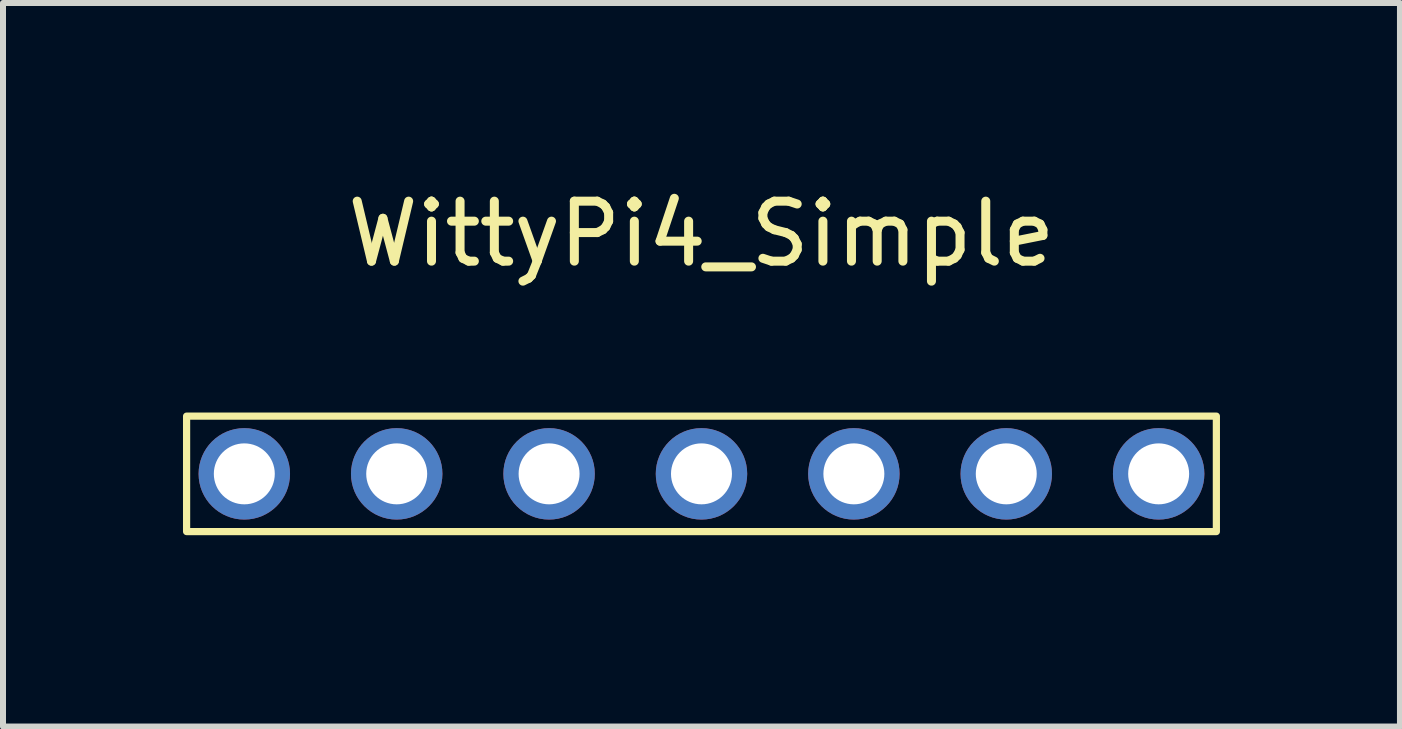
<source format=kicad_pcb>
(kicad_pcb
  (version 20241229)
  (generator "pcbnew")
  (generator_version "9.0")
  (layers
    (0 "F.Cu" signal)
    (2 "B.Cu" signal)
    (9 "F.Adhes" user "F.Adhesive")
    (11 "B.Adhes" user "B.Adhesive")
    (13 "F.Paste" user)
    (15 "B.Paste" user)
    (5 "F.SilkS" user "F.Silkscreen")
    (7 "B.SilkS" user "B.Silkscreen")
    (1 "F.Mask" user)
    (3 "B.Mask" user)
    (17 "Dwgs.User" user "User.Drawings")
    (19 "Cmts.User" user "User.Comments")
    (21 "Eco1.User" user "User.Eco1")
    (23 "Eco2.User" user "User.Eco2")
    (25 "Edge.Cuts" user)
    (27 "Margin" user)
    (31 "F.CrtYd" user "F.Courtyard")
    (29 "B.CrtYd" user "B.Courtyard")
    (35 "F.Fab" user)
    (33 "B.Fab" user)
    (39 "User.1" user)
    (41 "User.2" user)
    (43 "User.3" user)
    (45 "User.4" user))
  (footprint "WittyPi4_Simple"
    (layer "F.Cu")
    (at 8.642 5.81)
    (property "Reference" "WittyPi4_Simple" (at 0 -4.962 0) (unlocked yes) (layer "F.SilkS") (effects (font (size 1 1) (thickness 0.15))))
    (attr smd)
    (fp_rect (start -8.582 -1.924) (end 8.582 0) (stroke (width 0.12) (type solid)) (fill no) (layer "F.SilkS"))
    (pad "1" thru_hole circle (at 7.62 -0.962) (size 1.524 1.524) (drill 1.016) (layers "*.Cu" "*.Mask"))
    (pad "2" thru_hole circle (at 5.08 -0.962) (size 1.524 1.524) (drill 1.016) (layers "*.Cu" "*.Mask"))
    (pad "3" thru_hole circle (at 2.54 -0.962) (size 1.524 1.524) (drill 1.016) (layers "*.Cu" "*.Mask"))
    (pad "4" thru_hole circle (at 0 -0.962) (size 1.524 1.524) (drill 1.016) (layers "*.Cu" "*.Mask"))
    (pad "5" thru_hole circle (at -2.54 -0.962) (size 1.524 1.524) (drill 1.016) (layers "*.Cu" "*.Mask"))
    (pad "6" thru_hole circle (at -5.08 -0.962) (size 1.524 1.524) (drill 1.016) (layers "*.Cu" "*.Mask"))
    (pad "7" thru_hole circle (at -7.62 -0.962) (size 1.524 1.524) (drill 1.016) (layers "*.Cu" "*.Mask")))
  (gr_rect
    (start -3 -3)
    (end 20.284 9.06)
    (stroke (width 0.1) (type default))
    (fill no)
    (layer "Edge.Cuts")))
</source>
